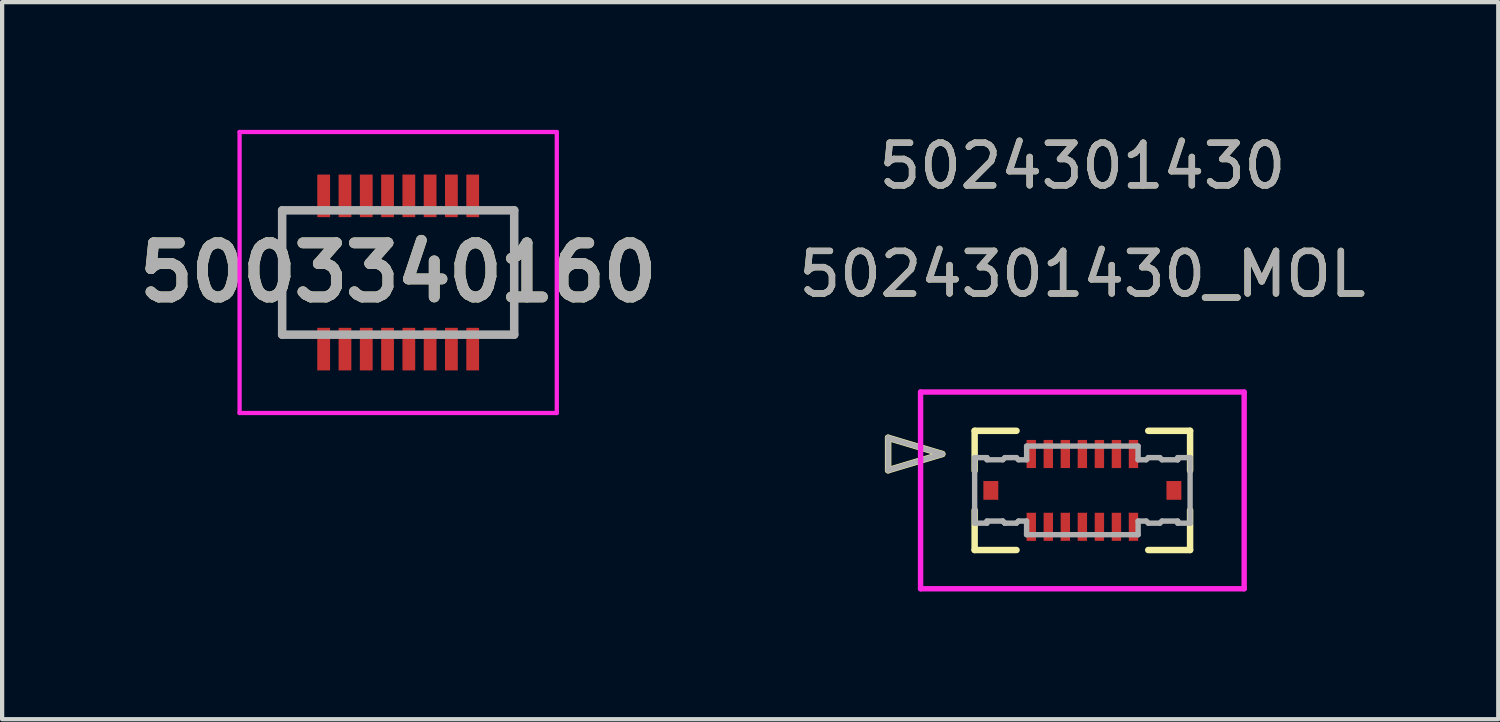
<source format=kicad_pcb>
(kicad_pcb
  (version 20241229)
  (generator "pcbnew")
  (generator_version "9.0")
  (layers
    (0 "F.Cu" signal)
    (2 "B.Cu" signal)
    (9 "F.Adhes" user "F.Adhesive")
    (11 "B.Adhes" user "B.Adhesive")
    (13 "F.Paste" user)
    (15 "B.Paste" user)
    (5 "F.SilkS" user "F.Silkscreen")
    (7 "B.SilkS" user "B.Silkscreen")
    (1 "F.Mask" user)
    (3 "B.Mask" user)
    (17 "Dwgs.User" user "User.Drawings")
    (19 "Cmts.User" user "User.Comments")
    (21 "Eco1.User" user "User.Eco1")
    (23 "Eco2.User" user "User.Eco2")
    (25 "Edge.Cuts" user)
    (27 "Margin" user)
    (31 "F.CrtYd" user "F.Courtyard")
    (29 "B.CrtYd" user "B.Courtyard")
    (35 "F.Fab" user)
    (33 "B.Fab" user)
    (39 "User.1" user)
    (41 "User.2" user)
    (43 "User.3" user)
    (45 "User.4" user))
  (footprint "5003340160"
    (layer "F.Cu")
    (at 6.302 3.35)
    (property "Reference" "5003340160" (at 0 0 0) (layer "F.SilkS") (effects (font (size 1.27 1.27) (thickness 0.254))))
    (attr smd)
    (fp_line (start -2.725 -1.46) (end -2.725 1.46) (stroke (width 0.1) (type solid)) (layer "F.SilkS"))
    (fp_line (start 2.725 -1.46) (end 2.725 1.46) (stroke (width 0.1) (type solid)) (layer "F.SilkS"))
    (fp_line (start -3.725 -3.3) (end 3.725 -3.3) (stroke (width 0.1) (type solid)) (layer "F.CrtYd"))
    (fp_line (start -3.725 3.3) (end -3.725 -3.3) (stroke (width 0.1) (type solid)) (layer "F.CrtYd"))
    (fp_line (start 3.725 -3.3) (end 3.725 3.3) (stroke (width 0.1) (type solid)) (layer "F.CrtYd"))
    (fp_line (start 3.725 3.3) (end -3.725 3.3) (stroke (width 0.1) (type solid)) (layer "F.CrtYd"))
    (fp_line (start -2.725 -1.46) (end 2.725 -1.46) (stroke (width 0.2) (type solid)) (layer "F.Fab"))
    (fp_line (start -2.725 1.46) (end -2.725 -1.46) (stroke (width 0.2) (type solid)) (layer "F.Fab"))
    (fp_line (start 2.725 -1.46) (end 2.725 1.46) (stroke (width 0.2) (type solid)) (layer "F.Fab"))
    (fp_line (start 2.725 1.46) (end -2.725 1.46) (stroke (width 0.2) (type solid)) (layer "F.Fab"))
    (fp_text user "${REFERENCE}" (at 0 0 0) (layer "F.Fab") (effects (font (size 1.27 1.27) (thickness 0.254))))
    (pad "1" smd rect (at -1.75 1.8) (size 0.3 1) (layers "F.Cu" "F.Mask" "F.Paste"))
    (pad "2" smd rect (at -1.75 -1.8) (size 0.3 1) (layers "F.Cu" "F.Mask" "F.Paste"))
    (pad "3" smd rect (at -1.25 1.8) (size 0.3 1) (layers "F.Cu" "F.Mask" "F.Paste"))
    (pad "4" smd rect (at -1.25 -1.8) (size 0.3 1) (layers "F.Cu" "F.Mask" "F.Paste"))
    (pad "5" smd rect (at -0.75 1.8) (size 0.3 1) (layers "F.Cu" "F.Mask" "F.Paste"))
    (pad "6" smd rect (at -0.75 -1.8) (size 0.3 1) (layers "F.Cu" "F.Mask" "F.Paste"))
    (pad "7" smd rect (at -0.25 1.8) (size 0.3 1) (layers "F.Cu" "F.Mask" "F.Paste"))
    (pad "8" smd rect (at -0.25 -1.8) (size 0.3 1) (layers "F.Cu" "F.Mask" "F.Paste"))
    (pad "9" smd rect (at 0.25 1.8) (size 0.3 1) (layers "F.Cu" "F.Mask" "F.Paste"))
    (pad "10" smd rect (at 0.25 -1.8) (size 0.3 1) (layers "F.Cu" "F.Mask" "F.Paste"))
    (pad "11" smd rect (at 0.75 1.8) (size 0.3 1) (layers "F.Cu" "F.Mask" "F.Paste"))
    (pad "12" smd rect (at 0.75 -1.8) (size 0.3 1) (layers "F.Cu" "F.Mask" "F.Paste"))
    (pad "13" smd rect (at 1.25 1.8) (size 0.3 1) (layers "F.Cu" "F.Mask" "F.Paste"))
    (pad "14" smd rect (at 1.25 -1.8) (size 0.3 1) (layers "F.Cu" "F.Mask" "F.Paste"))
    (pad "15" smd rect (at 1.75 1.8) (size 0.3 1) (layers "F.Cu" "F.Mask" "F.Paste"))
    (pad "16" smd rect (at 1.75 -1.8) (size 0.3 1) (layers "F.Cu" "F.Mask" "F.Paste")))
  (footprint "5024301430_MOL"
    (layer "F.Cu")
    (at 22.371 8.468)
    (property "Reference" "5024301430_MOL" (at 0 -5.08 0) (unlocked yes) (layer "F.SilkS") (effects (font (size 1 1) (thickness 0.15))))
    (attr smd)
    (fp_line (start -4.562 -1.236) (end -4.562 -0.474) (stroke (width 0.152) (type solid)) (layer "F.SilkS"))
    (fp_line (start -4.562 -0.474) (end -3.292 -0.855) (stroke (width 0.152) (type solid)) (layer "F.SilkS"))
    (fp_line (start -3.292 -0.855) (end -4.562 -1.236) (stroke (width 0.152) (type solid)) (layer "F.SilkS"))
    (fp_line (start -2.53 -1.4) (end -1.547 -1.4) (stroke (width 0.152) (type solid)) (layer "F.SilkS"))
    (fp_line (start -2.53 -0.466) (end -2.53 -1.4) (stroke (width 0.152) (type solid)) (layer "F.SilkS"))
    (fp_line (start -2.53 1.4) (end -2.53 0.466) (stroke (width 0.152) (type solid)) (layer "F.SilkS"))
    (fp_line (start -1.547 1.4) (end -2.53 1.4) (stroke (width 0.152) (type solid)) (layer "F.SilkS"))
    (fp_line (start 1.547 -1.4) (end 2.53 -1.4) (stroke (width 0.152) (type solid)) (layer "F.SilkS"))
    (fp_line (start 2.53 -1.4) (end 2.53 -0.466) (stroke (width 0.152) (type solid)) (layer "F.SilkS"))
    (fp_line (start 2.53 0.466) (end 2.53 1.4) (stroke (width 0.152) (type solid)) (layer "F.SilkS"))
    (fp_line (start 2.53 1.4) (end 1.547 1.4) (stroke (width 0.152) (type solid)) (layer "F.SilkS"))
    (fp_line (start -3.8 -2.31) (end -3.8 2.31) (stroke (width 0.127) (type solid)) (layer "F.CrtYd"))
    (fp_line (start -3.8 2.31) (end 3.8 2.31) (stroke (width 0.127) (type solid)) (layer "F.CrtYd"))
    (fp_line (start 3.8 -2.31) (end -3.8 -2.31) (stroke (width 0.127) (type solid)) (layer "F.CrtYd"))
    (fp_line (start 3.8 2.31) (end 3.8 -2.31) (stroke (width 0.127) (type solid)) (layer "F.CrtYd"))
    (fp_line (start -4.562 -1.236) (end -4.562 -0.474) (stroke (width 0.127) (type solid)) (layer "F.Fab"))
    (fp_line (start -4.562 -0.474) (end -3.292 -0.855) (stroke (width 0.127) (type solid)) (layer "F.Fab"))
    (fp_line (start -3.292 -0.855) (end -4.562 -1.236) (stroke (width 0.127) (type solid)) (layer "F.Fab"))
    (fp_line (start -2.53 -0.77) (end -2.24 -0.77) (stroke (width 0.127) (type solid)) (layer "F.Fab"))
    (fp_line (start -2.53 0.77) (end -2.53 -0.77) (stroke (width 0.127) (type solid)) (layer "F.Fab"))
    (fp_line (start -2.241 0.72) (end -2.241 0.77) (stroke (width 0.127) (type solid)) (layer "F.Fab"))
    (fp_line (start -2.241 0.77) (end -2.53 0.77) (stroke (width 0.127) (type solid)) (layer "F.Fab"))
    (fp_line (start -2.24 -0.77) (end -2.24 -0.72) (stroke (width 0.127) (type solid)) (layer "F.Fab"))
    (fp_line (start -2.24 -0.72) (end -1.869 -0.72) (stroke (width 0.127) (type solid)) (layer "F.Fab"))
    (fp_line (start -1.87 0.72) (end -2.241 0.72) (stroke (width 0.127) (type solid)) (layer "F.Fab"))
    (fp_line (start -1.869 -0.72) (end -1.819 -0.77) (stroke (width 0.127) (type solid)) (layer "F.Fab"))
    (fp_line (start -1.82 0.77) (end -1.87 0.72) (stroke (width 0.127) (type solid)) (layer "F.Fab"))
    (fp_line (start -1.82 0.77) (end -1.87 0.72) (stroke (width 0.127) (type solid)) (layer "F.Fab"))
    (fp_line (start -1.819 -0.77) (end -1.549 -0.77) (stroke (width 0.127) (type solid)) (layer "F.Fab"))
    (fp_line (start -1.55 0.77) (end -1.82 0.77) (stroke (width 0.127) (type solid)) (layer "F.Fab"))
    (fp_line (start -1.549 -0.77) (end -1.499 -0.72) (stroke (width 0.127) (type solid)) (layer "F.Fab"))
    (fp_line (start -1.5 0.72) (end -1.55 0.77) (stroke (width 0.127) (type solid)) (layer "F.Fab"))
    (fp_line (start -1.499 -0.72) (end -1.309 -0.72) (stroke (width 0.127) (type solid)) (layer "F.Fab"))
    (fp_line (start -1.31 0.72) (end -1.5 0.72) (stroke (width 0.127) (type solid)) (layer "F.Fab"))
    (fp_line (start -1.31 1.04) (end -1.31 0.72) (stroke (width 0.127) (type solid)) (layer "F.Fab"))
    (fp_line (start -1.309 -1.04) (end 1.309 -1.04) (stroke (width 0.127) (type solid)) (layer "F.Fab"))
    (fp_line (start -1.309 -0.72) (end -1.309 -1.04) (stroke (width 0.127) (type solid)) (layer "F.Fab"))
    (fp_line (start 1.309 -1.04) (end 1.309 -0.72) (stroke (width 0.127) (type solid)) (layer "F.Fab"))
    (fp_line (start 1.309 -0.72) (end 1.499 -0.72) (stroke (width 0.127) (type solid)) (layer "F.Fab"))
    (fp_line (start 1.31 0.72) (end 1.31 1.04) (stroke (width 0.127) (type solid)) (layer "F.Fab"))
    (fp_line (start 1.31 1.04) (end -1.31 1.04) (stroke (width 0.127) (type solid)) (layer "F.Fab"))
    (fp_line (start 1.499 -0.72) (end 1.549 -0.77) (stroke (width 0.127) (type solid)) (layer "F.Fab"))
    (fp_line (start 1.5 0.72) (end 1.31 0.72) (stroke (width 0.127) (type solid)) (layer "F.Fab"))
    (fp_line (start 1.549 -0.77) (end 1.819 -0.77) (stroke (width 0.127) (type solid)) (layer "F.Fab"))
    (fp_line (start 1.55 0.77) (end 1.5 0.72) (stroke (width 0.127) (type solid)) (layer "F.Fab"))
    (fp_line (start 1.819 -0.77) (end 1.869 -0.72) (stroke (width 0.127) (type solid)) (layer "F.Fab"))
    (fp_line (start 1.82 0.77) (end 1.55 0.77) (stroke (width 0.127) (type solid)) (layer "F.Fab"))
    (fp_line (start 1.869 -0.72) (end 2.24 -0.72) (stroke (width 0.127) (type solid)) (layer "F.Fab"))
    (fp_line (start 1.87 0.72) (end 1.82 0.77) (stroke (width 0.127) (type solid)) (layer "F.Fab"))
    (fp_line (start 2.24 -0.77) (end 2.53 -0.77) (stroke (width 0.127) (type solid)) (layer "F.Fab"))
    (fp_line (start 2.24 -0.72) (end 2.24 -0.77) (stroke (width 0.127) (type solid)) (layer "F.Fab"))
    (fp_line (start 2.24 -0.72) (end 2.24 -0.72) (stroke (width 0.127) (type solid)) (layer "F.Fab"))
    (fp_line (start 2.24 0.72) (end 1.87 0.72) (stroke (width 0.127) (type solid)) (layer "F.Fab"))
    (fp_line (start 2.24 0.77) (end 2.24 0.72) (stroke (width 0.127) (type solid)) (layer "F.Fab"))
    (fp_line (start 2.53 -0.77) (end 2.53 0.77) (stroke (width 0.127) (type solid)) (layer "F.Fab"))
    (fp_line (start 2.53 0.77) (end 2.24 0.77) (stroke (width 0.127) (type solid)) (layer "F.Fab"))
    (fp_text user "5024301430" (at 0 -7.62 0) (unlocked yes) (layer "F.SilkS") (effects (font (size 1 1) (thickness 0.15))))
    (fp_text user "${REFERENCE}" (at 0 -5.08 0) (unlocked yes) (layer "F.Fab") (effects (font (size 1 1) (thickness 0.15))))
    (fp_text user "5024301430" (at 0 -7.62 0) (unlocked yes) (layer "F.Fab") (effects (font (size 1 1) (thickness 0.15))))
    (pad "1" smd rect (at -1.2 -0.855) (size 0.22 0.66) (layers "F.Cu" "F.Mask" "F.Paste"))
    (pad "2" smd rect (at -0.8 -0.855) (size 0.22 0.66) (layers "F.Cu" "F.Mask" "F.Paste"))
    (pad "3" smd rect (at -0.4 -0.855) (size 0.22 0.66) (layers "F.Cu" "F.Mask" "F.Paste"))
    (pad "4" smd rect (at 0 -0.855) (size 0.22 0.66) (layers "F.Cu" "F.Mask" "F.Paste"))
    (pad "5" smd rect (at 0.4 -0.855) (size 0.22 0.66) (layers "F.Cu" "F.Mask" "F.Paste"))
    (pad "6" smd rect (at 0.8 -0.855) (size 0.22 0.66) (layers "F.Cu" "F.Mask" "F.Paste"))
    (pad "7" smd rect (at 1.2 -0.855) (size 0.22 0.66) (layers "F.Cu" "F.Mask" "F.Paste"))
    (pad "8" smd rect (at -1.2 0.855) (size 0.22 0.66) (layers "F.Cu" "F.Mask" "F.Paste"))
    (pad "9" smd rect (at -0.8 0.855) (size 0.22 0.66) (layers "F.Cu" "F.Mask" "F.Paste"))
    (pad "10" smd rect (at -0.4 0.855) (size 0.22 0.66) (layers "F.Cu" "F.Mask" "F.Paste"))
    (pad "11" smd rect (at 0 0.855) (size 0.22 0.66) (layers "F.Cu" "F.Mask" "F.Paste"))
    (pad "12" smd rect (at 0.4 0.855) (size 0.22 0.66) (layers "F.Cu" "F.Mask" "F.Paste"))
    (pad "13" smd rect (at 0.8 0.855) (size 0.22 0.66) (layers "F.Cu" "F.Mask" "F.Paste"))
    (pad "14" smd rect (at 1.2 0.855) (size 0.22 0.66) (layers "F.Cu" "F.Mask" "F.Paste"))
    (pad "P1" smd rect (at -2.15 0) (size 0.35 0.44) (layers "F.Cu" "F.Mask" "F.Paste"))
    (pad "P2" smd rect (at 2.15 0) (size 0.35 0.44) (layers "F.Cu" "F.Mask" "F.Paste")))
  (gr_rect
    (start -3 -3)
    (end 32.139 13.842)
    (stroke (width 0.1) (type default))
    (fill no)
    (layer "Edge.Cuts")))
</source>
